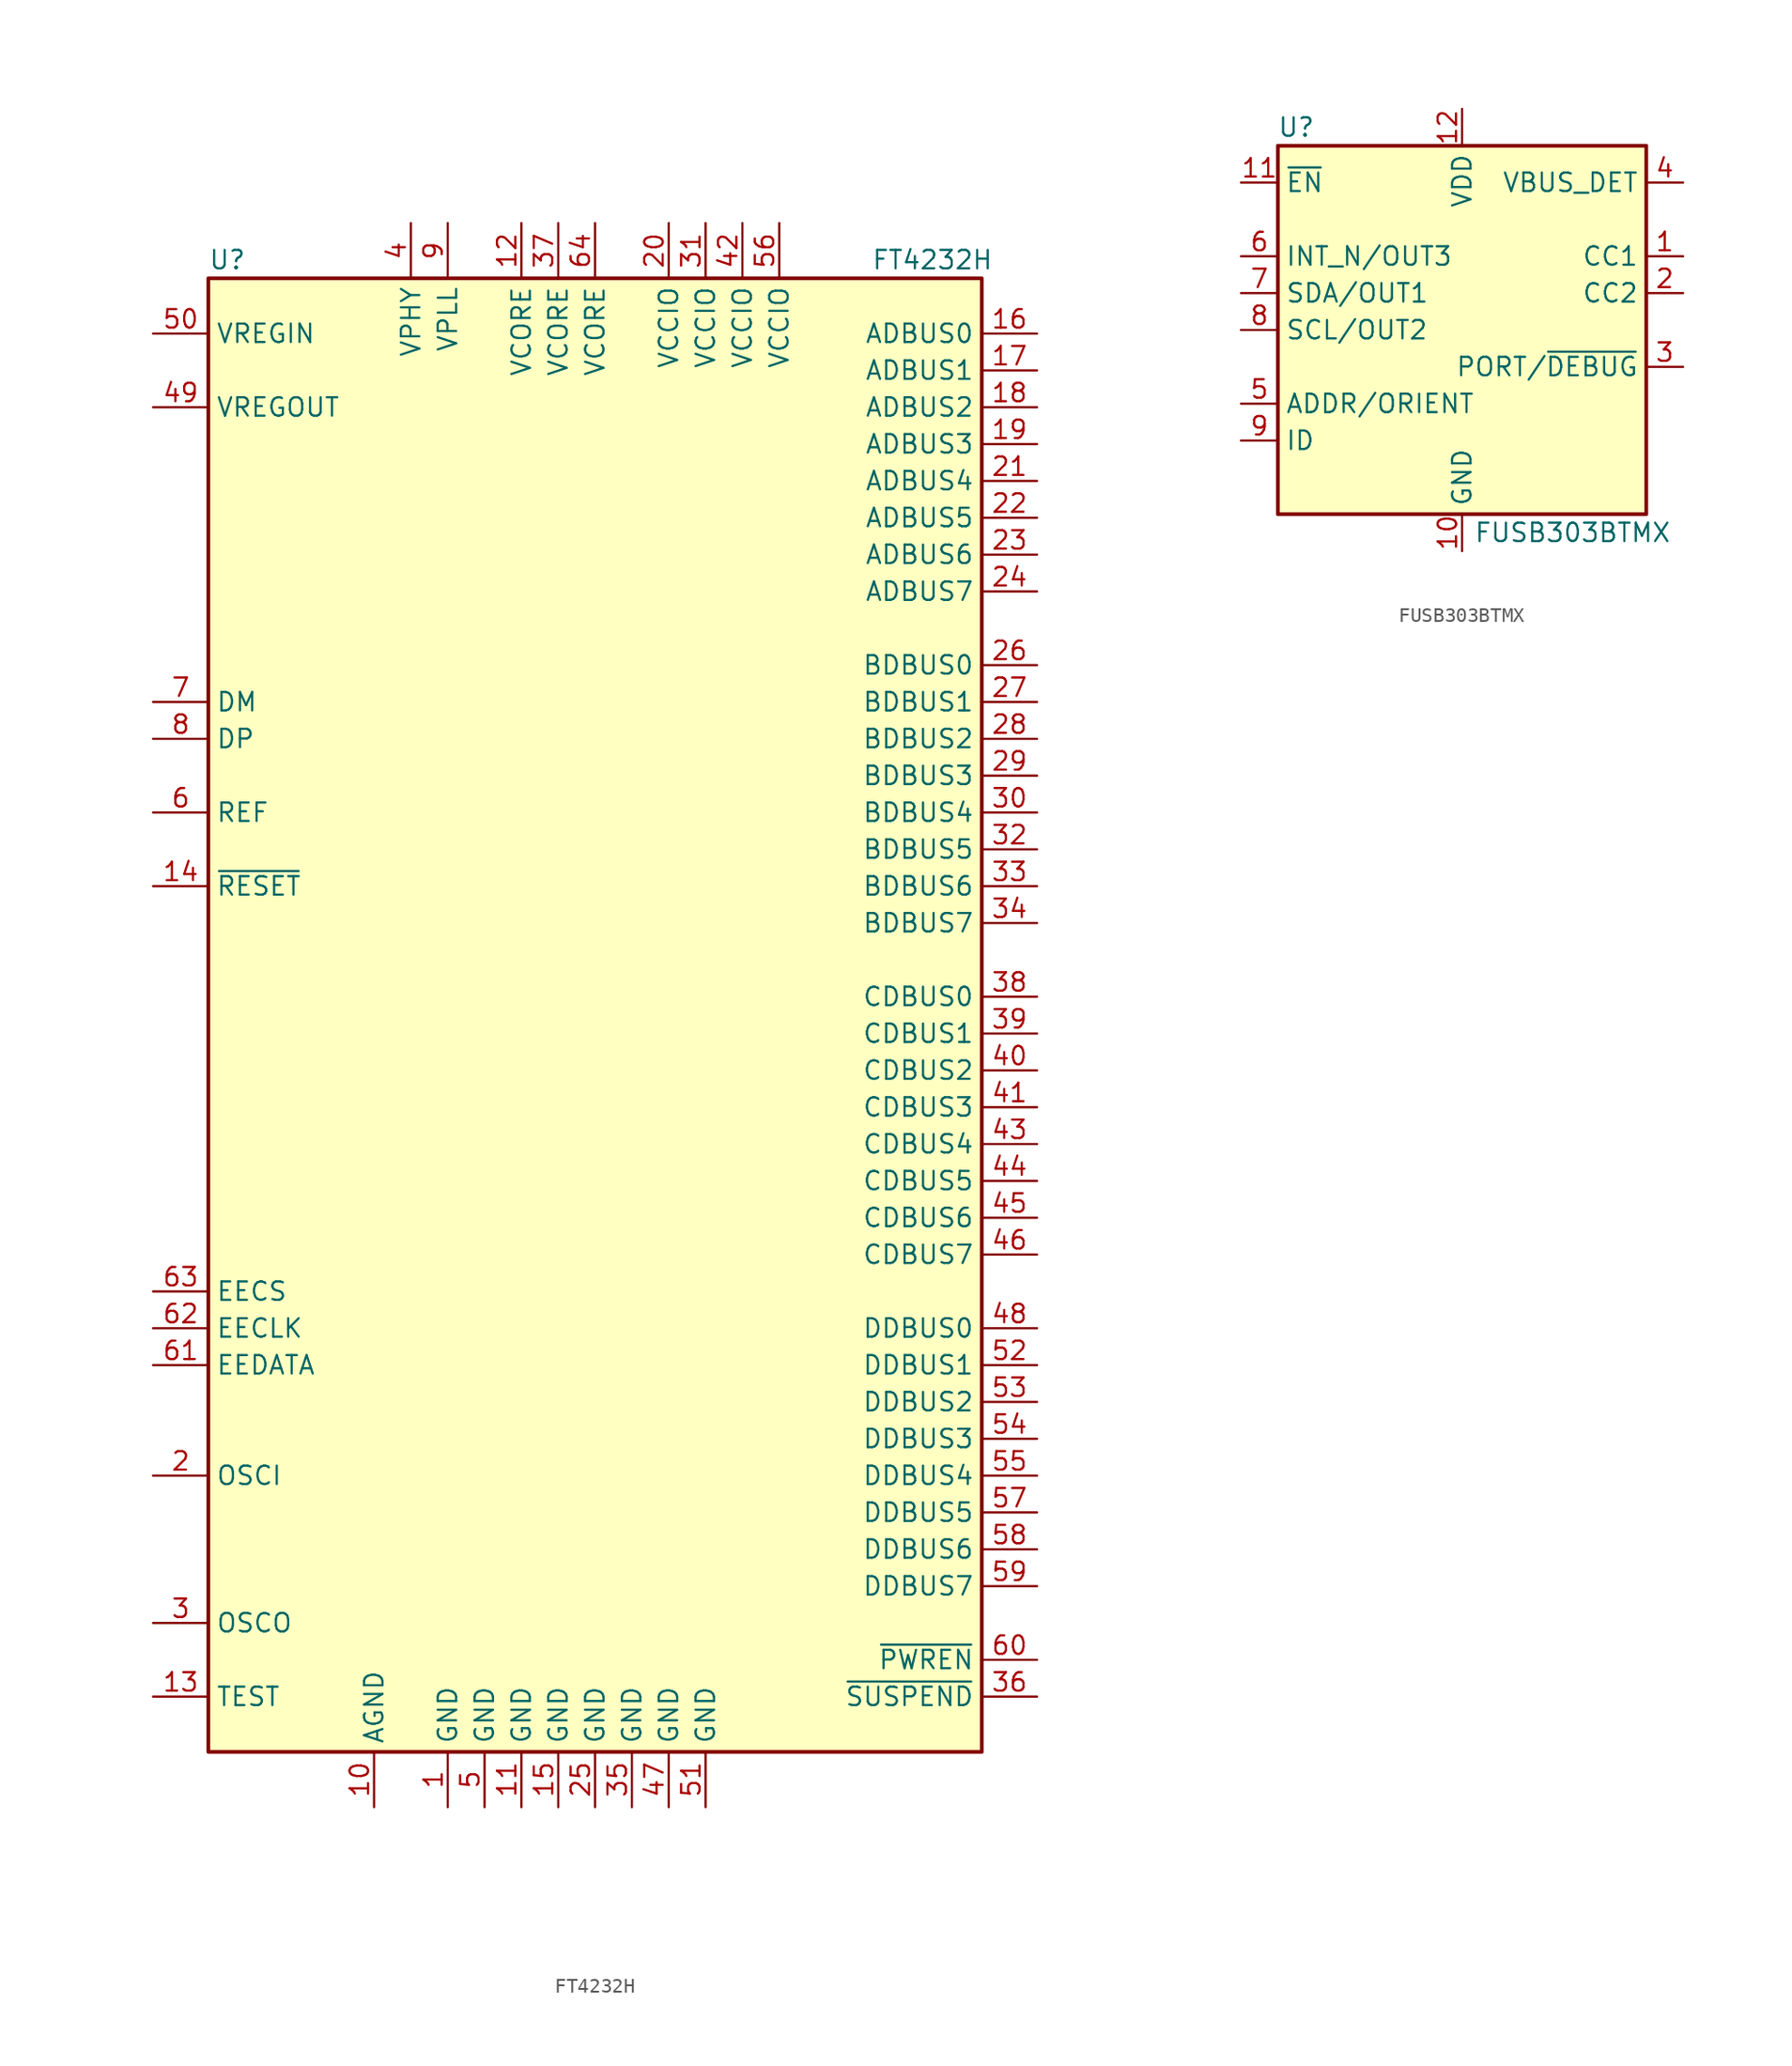
<source format=kicad_sym>
(kicad_symbol_lib
  (version 20241209)
  (generator "kicad_symbol_editor")
  (generator_version "9.0")
  (symbol "FT4232H"
    (property "Reference" "U"
      (at -26.67 53.34 0)
      (effects (font (size 1.27 1.27)) (justify left)))
    (property "Value" "FT4232H"
      (at 19.05 53.34 0)
      (effects (font (size 1.27 1.27)) (justify left)))
    (symbol "FT4232H_0_1"
      (rectangle (start -26.67 -49.53) (end 26.67 52.07) (stroke (width 0.254) (type default)) (fill (type background))))
    (symbol "FT4232H_1_1"
      (pin power_in line (at -30.48 48.26 0) (length 3.81) (name "VREGIN" (effects (font (size 1.27 1.27)))) (number "50" (effects (font (size 1.27 1.27)))))
      (pin power_out line (at -30.48 43.18 0) (length 3.81) (name "VREGOUT" (effects (font (size 1.27 1.27)))) (number "49" (effects (font (size 1.27 1.27)))))
      (pin bidirectional line (at -30.48 22.86 0) (length 3.81) (name "DM" (effects (font (size 1.27 1.27)))) (number "7" (effects (font (size 1.27 1.27)))))
      (pin bidirectional line (at -30.48 20.32 0) (length 3.81) (name "DP" (effects (font (size 1.27 1.27)))) (number "8" (effects (font (size 1.27 1.27)))))
      (pin input line (at -30.48 15.24 0) (length 3.81) (name "REF" (effects (font (size 1.27 1.27)))) (number "6" (effects (font (size 1.27 1.27)))))
      (pin input line (at -30.48 10.16 0) (length 3.81) (name "~{RESET}" (effects (font (size 1.27 1.27)))) (number "14" (effects (font (size 1.27 1.27)))))
      (pin output line (at -30.48 -17.78 0) (length 3.81) (name "EECS" (effects (font (size 1.27 1.27)))) (number "63" (effects (font (size 1.27 1.27)))))
      (pin output line (at -30.48 -20.32 0) (length 3.81) (name "EECLK" (effects (font (size 1.27 1.27)))) (number "62" (effects (font (size 1.27 1.27)))))
      (pin bidirectional line (at -30.48 -22.86 0) (length 3.81) (name "EEDATA" (effects (font (size 1.27 1.27)))) (number "61" (effects (font (size 1.27 1.27)))))
      (pin input line (at -30.48 -30.48 0) (length 3.81) (name "OSCI" (effects (font (size 1.27 1.27)))) (number "2" (effects (font (size 1.27 1.27)))))
      (pin output line (at -30.48 -40.64 0) (length 3.81) (name "OSCO" (effects (font (size 1.27 1.27)))) (number "3" (effects (font (size 1.27 1.27)))))
      (pin input line (at -30.48 -45.72 0) (length 3.81) (name "TEST" (effects (font (size 1.27 1.27)))) (number "13" (effects (font (size 1.27 1.27)))))
      (pin power_in line (at -15.24 -53.34 90) (length 3.81) (name "AGND" (effects (font (size 1.27 1.27)))) (number "10" (effects (font (size 1.27 1.27)))))
      (pin power_in line (at -12.7 55.88 270) (length 3.81) (name "VPHY" (effects (font (size 1.27 1.27)))) (number "4" (effects (font (size 1.27 1.27)))))
      (pin power_in line (at -10.16 55.88 270) (length 3.81) (name "VPLL" (effects (font (size 1.27 1.27)))) (number "9" (effects (font (size 1.27 1.27)))))
      (pin power_in line (at -10.16 -53.34 90) (length 3.81) (name "GND" (effects (font (size 1.27 1.27)))) (number "1" (effects (font (size 1.27 1.27)))))
      (pin power_in line (at -7.62 -53.34 90) (length 3.81) (name "GND" (effects (font (size 1.27 1.27)))) (number "5" (effects (font (size 1.27 1.27)))))
      (pin power_in line (at -5.08 55.88 270) (length 3.81) (name "VCORE" (effects (font (size 1.27 1.27)))) (number "12" (effects (font (size 1.27 1.27)))))
      (pin power_in line (at -5.08 -53.34 90) (length 3.81) (name "GND" (effects (font (size 1.27 1.27)))) (number "11" (effects (font (size 1.27 1.27)))))
      (pin power_in line (at -2.54 55.88 270) (length 3.81) (name "VCORE" (effects (font (size 1.27 1.27)))) (number "37" (effects (font (size 1.27 1.27)))))
      (pin power_in line (at -2.54 -53.34 90) (length 3.81) (name "GND" (effects (font (size 1.27 1.27)))) (number "15" (effects (font (size 1.27 1.27)))))
      (pin power_in line (at 0 55.88 270) (length 3.81) (name "VCORE" (effects (font (size 1.27 1.27)))) (number "64" (effects (font (size 1.27 1.27)))))
      (pin power_in line (at 0 -53.34 90) (length 3.81) (name "GND" (effects (font (size 1.27 1.27)))) (number "25" (effects (font (size 1.27 1.27)))))
      (pin power_in line (at 2.54 -53.34 90) (length 3.81) (name "GND" (effects (font (size 1.27 1.27)))) (number "35" (effects (font (size 1.27 1.27)))))
      (pin power_in line (at 5.08 55.88 270) (length 3.81) (name "VCCIO" (effects (font (size 1.27 1.27)))) (number "20" (effects (font (size 1.27 1.27)))))
      (pin power_in line (at 5.08 -53.34 90) (length 3.81) (name "GND" (effects (font (size 1.27 1.27)))) (number "47" (effects (font (size 1.27 1.27)))))
      (pin power_in line (at 7.62 55.88 270) (length 3.81) (name "VCCIO" (effects (font (size 1.27 1.27)))) (number "31" (effects (font (size 1.27 1.27)))))
      (pin power_in line (at 7.62 -53.34 90) (length 3.81) (name "GND" (effects (font (size 1.27 1.27)))) (number "51" (effects (font (size 1.27 1.27)))))
      (pin power_in line (at 10.16 55.88 270) (length 3.81) (name "VCCIO" (effects (font (size 1.27 1.27)))) (number "42" (effects (font (size 1.27 1.27)))))
      (pin power_in line (at 12.7 55.88 270) (length 3.81) (name "VCCIO" (effects (font (size 1.27 1.27)))) (number "56" (effects (font (size 1.27 1.27)))))
      (pin bidirectional line (at 30.48 48.26 180) (length 3.81) (name "ADBUS0" (effects (font (size 1.27 1.27)))) (number "16" (effects (font (size 1.27 1.27)))))
      (pin bidirectional line (at 30.48 45.72 180) (length 3.81) (name "ADBUS1" (effects (font (size 1.27 1.27)))) (number "17" (effects (font (size 1.27 1.27)))))
      (pin bidirectional line (at 30.48 43.18 180) (length 3.81) (name "ADBUS2" (effects (font (size 1.27 1.27)))) (number "18" (effects (font (size 1.27 1.27)))))
      (pin bidirectional line (at 30.48 40.64 180) (length 3.81) (name "ADBUS3" (effects (font (size 1.27 1.27)))) (number "19" (effects (font (size 1.27 1.27)))))
      (pin bidirectional line (at 30.48 38.1 180) (length 3.81) (name "ADBUS4" (effects (font (size 1.27 1.27)))) (number "21" (effects (font (size 1.27 1.27)))))
      (pin bidirectional line (at 30.48 35.56 180) (length 3.81) (name "ADBUS5" (effects (font (size 1.27 1.27)))) (number "22" (effects (font (size 1.27 1.27)))))
      (pin bidirectional line (at 30.48 33.02 180) (length 3.81) (name "ADBUS6" (effects (font (size 1.27 1.27)))) (number "23" (effects (font (size 1.27 1.27)))))
      (pin bidirectional line (at 30.48 30.48 180) (length 3.81) (name "ADBUS7" (effects (font (size 1.27 1.27)))) (number "24" (effects (font (size 1.27 1.27)))))
      (pin bidirectional line (at 30.48 25.4 180) (length 3.81) (name "BDBUS0" (effects (font (size 1.27 1.27)))) (number "26" (effects (font (size 1.27 1.27)))))
      (pin bidirectional line (at 30.48 22.86 180) (length 3.81) (name "BDBUS1" (effects (font (size 1.27 1.27)))) (number "27" (effects (font (size 1.27 1.27)))))
      (pin bidirectional line (at 30.48 20.32 180) (length 3.81) (name "BDBUS2" (effects (font (size 1.27 1.27)))) (number "28" (effects (font (size 1.27 1.27)))))
      (pin bidirectional line (at 30.48 17.78 180) (length 3.81) (name "BDBUS3" (effects (font (size 1.27 1.27)))) (number "29" (effects (font (size 1.27 1.27)))))
      (pin bidirectional line (at 30.48 15.24 180) (length 3.81) (name "BDBUS4" (effects (font (size 1.27 1.27)))) (number "30" (effects (font (size 1.27 1.27)))))
      (pin bidirectional line (at 30.48 12.7 180) (length 3.81) (name "BDBUS5" (effects (font (size 1.27 1.27)))) (number "32" (effects (font (size 1.27 1.27)))))
      (pin bidirectional line (at 30.48 10.16 180) (length 3.81) (name "BDBUS6" (effects (font (size 1.27 1.27)))) (number "33" (effects (font (size 1.27 1.27)))))
      (pin bidirectional line (at 30.48 7.62 180) (length 3.81) (name "BDBUS7" (effects (font (size 1.27 1.27)))) (number "34" (effects (font (size 1.27 1.27)))))
      (pin bidirectional line (at 30.48 2.54 180) (length 3.81) (name "CDBUS0" (effects (font (size 1.27 1.27)))) (number "38" (effects (font (size 1.27 1.27)))))
      (pin bidirectional line (at 30.48 0 180) (length 3.81) (name "CDBUS1" (effects (font (size 1.27 1.27)))) (number "39" (effects (font (size 1.27 1.27)))))
      (pin bidirectional line (at 30.48 -2.54 180) (length 3.81) (name "CDBUS2" (effects (font (size 1.27 1.27)))) (number "40" (effects (font (size 1.27 1.27)))))
      (pin bidirectional line (at 30.48 -5.08 180) (length 3.81) (name "CDBUS3" (effects (font (size 1.27 1.27)))) (number "41" (effects (font (size 1.27 1.27)))))
      (pin bidirectional line (at 30.48 -7.62 180) (length 3.81) (name "CDBUS4" (effects (font (size 1.27 1.27)))) (number "43" (effects (font (size 1.27 1.27)))))
      (pin bidirectional line (at 30.48 -10.16 180) (length 3.81) (name "CDBUS5" (effects (font (size 1.27 1.27)))) (number "44" (effects (font (size 1.27 1.27)))))
      (pin bidirectional line (at 30.48 -12.7 180) (length 3.81) (name "CDBUS6" (effects (font (size 1.27 1.27)))) (number "45" (effects (font (size 1.27 1.27)))))
      (pin bidirectional line (at 30.48 -15.24 180) (length 3.81) (name "CDBUS7" (effects (font (size 1.27 1.27)))) (number "46" (effects (font (size 1.27 1.27)))))
      (pin bidirectional line (at 30.48 -20.32 180) (length 3.81) (name "DDBUS0" (effects (font (size 1.27 1.27)))) (number "48" (effects (font (size 1.27 1.27)))))
      (pin bidirectional line (at 30.48 -22.86 180) (length 3.81) (name "DDBUS1" (effects (font (size 1.27 1.27)))) (number "52" (effects (font (size 1.27 1.27)))))
      (pin bidirectional line (at 30.48 -25.4 180) (length 3.81) (name "DDBUS2" (effects (font (size 1.27 1.27)))) (number "53" (effects (font (size 1.27 1.27)))))
      (pin bidirectional line (at 30.48 -27.94 180) (length 3.81) (name "DDBUS3" (effects (font (size 1.27 1.27)))) (number "54" (effects (font (size 1.27 1.27)))))
      (pin bidirectional line (at 30.48 -30.48 180) (length 3.81) (name "DDBUS4" (effects (font (size 1.27 1.27)))) (number "55" (effects (font (size 1.27 1.27)))))
      (pin bidirectional line (at 30.48 -33.02 180) (length 3.81) (name "DDBUS5" (effects (font (size 1.27 1.27)))) (number "57" (effects (font (size 1.27 1.27)))))
      (pin bidirectional line (at 30.48 -35.56 180) (length 3.81) (name "DDBUS6" (effects (font (size 1.27 1.27)))) (number "58" (effects (font (size 1.27 1.27)))))
      (pin bidirectional line (at 30.48 -38.1 180) (length 3.81) (name "DDBUS7" (effects (font (size 1.27 1.27)))) (number "59" (effects (font (size 1.27 1.27)))))
      (pin output line (at 30.48 -43.18 180) (length 3.81) (name "~{PWREN}" (effects (font (size 1.27 1.27)))) (number "60" (effects (font (size 1.27 1.27)))))
      (pin output line (at 30.48 -45.72 180) (length 3.81) (name "~{SUSPEND}" (effects (font (size 1.27 1.27)))) (number "36" (effects (font (size 1.27 1.27)))))))
  (symbol "FUSB303BTMX"
    (property "Reference" "U"
      (at -11.43 13.97 0)
      (effects (font (size 1.27 1.27))))
    (property "Value" "FUSB303BTMX"
      (at 7.62 -13.97 0)
      (effects (font (size 1.27 1.27))))
    (symbol "FUSB303BTMX_0_1"
      (rectangle (start -12.7 12.7) (end 12.7 -12.7) (stroke (width 0.254) (type default)) (fill (type background))))
    (symbol "FUSB303BTMX_1_1"
      (pin input line (at -15.24 10.16 0) (length 2.54) (name "~{EN}" (effects (font (size 1.27 1.27)))) (number "11" (effects (font (size 1.27 1.27)))))
      (pin open_collector line (at -15.24 5.08 0) (length 2.54) (name "INT_N/OUT3" (effects (font (size 1.27 1.27)))) (number "6" (effects (font (size 1.27 1.27)))))
      (pin bidirectional line (at -15.24 2.54 0) (length 2.54) (name "SDA/OUT1" (effects (font (size 1.27 1.27)))) (number "7" (effects (font (size 1.27 1.27)))))
      (pin bidirectional line (at -15.24 0 0) (length 2.54) (name "SCL/OUT2" (effects (font (size 1.27 1.27)))) (number "8" (effects (font (size 1.27 1.27)))))
      (pin bidirectional line (at -15.24 -5.08 0) (length 2.54) (name "ADDR/ORIENT" (effects (font (size 1.27 1.27)))) (number "5" (effects (font (size 1.27 1.27)))))
      (pin open_collector line (at -15.24 -7.62 0) (length 2.54) (name "ID" (effects (font (size 1.27 1.27)))) (number "9" (effects (font (size 1.27 1.27)))))
      (pin power_in line (at 0 15.24 270) (length 2.54) (name "VDD" (effects (font (size 1.27 1.27)))) (number "12" (effects (font (size 1.27 1.27)))))
      (pin power_in line (at 0 -15.24 90) (length 2.54) (name "GND" (effects (font (size 1.27 1.27)))) (number "10" (effects (font (size 1.27 1.27)))))
      (pin input line (at 15.24 10.16 180) (length 2.54) (name "VBUS_DET" (effects (font (size 1.27 1.27)))) (number "4" (effects (font (size 1.27 1.27)))))
      (pin bidirectional line (at 15.24 5.08 180) (length 2.54) (name "CC1" (effects (font (size 1.27 1.27)))) (number "1" (effects (font (size 1.27 1.27)))))
      (pin bidirectional line (at 15.24 2.54 180) (length 2.54) (name "CC2" (effects (font (size 1.27 1.27)))) (number "2" (effects (font (size 1.27 1.27)))))
      (pin bidirectional line (at 15.24 -2.54 180) (length 2.54) (name "PORT/~{DEBUG}" (effects (font (size 1.27 1.27)))) (number "3" (effects (font (size 1.27 1.27))))))))
</source>
